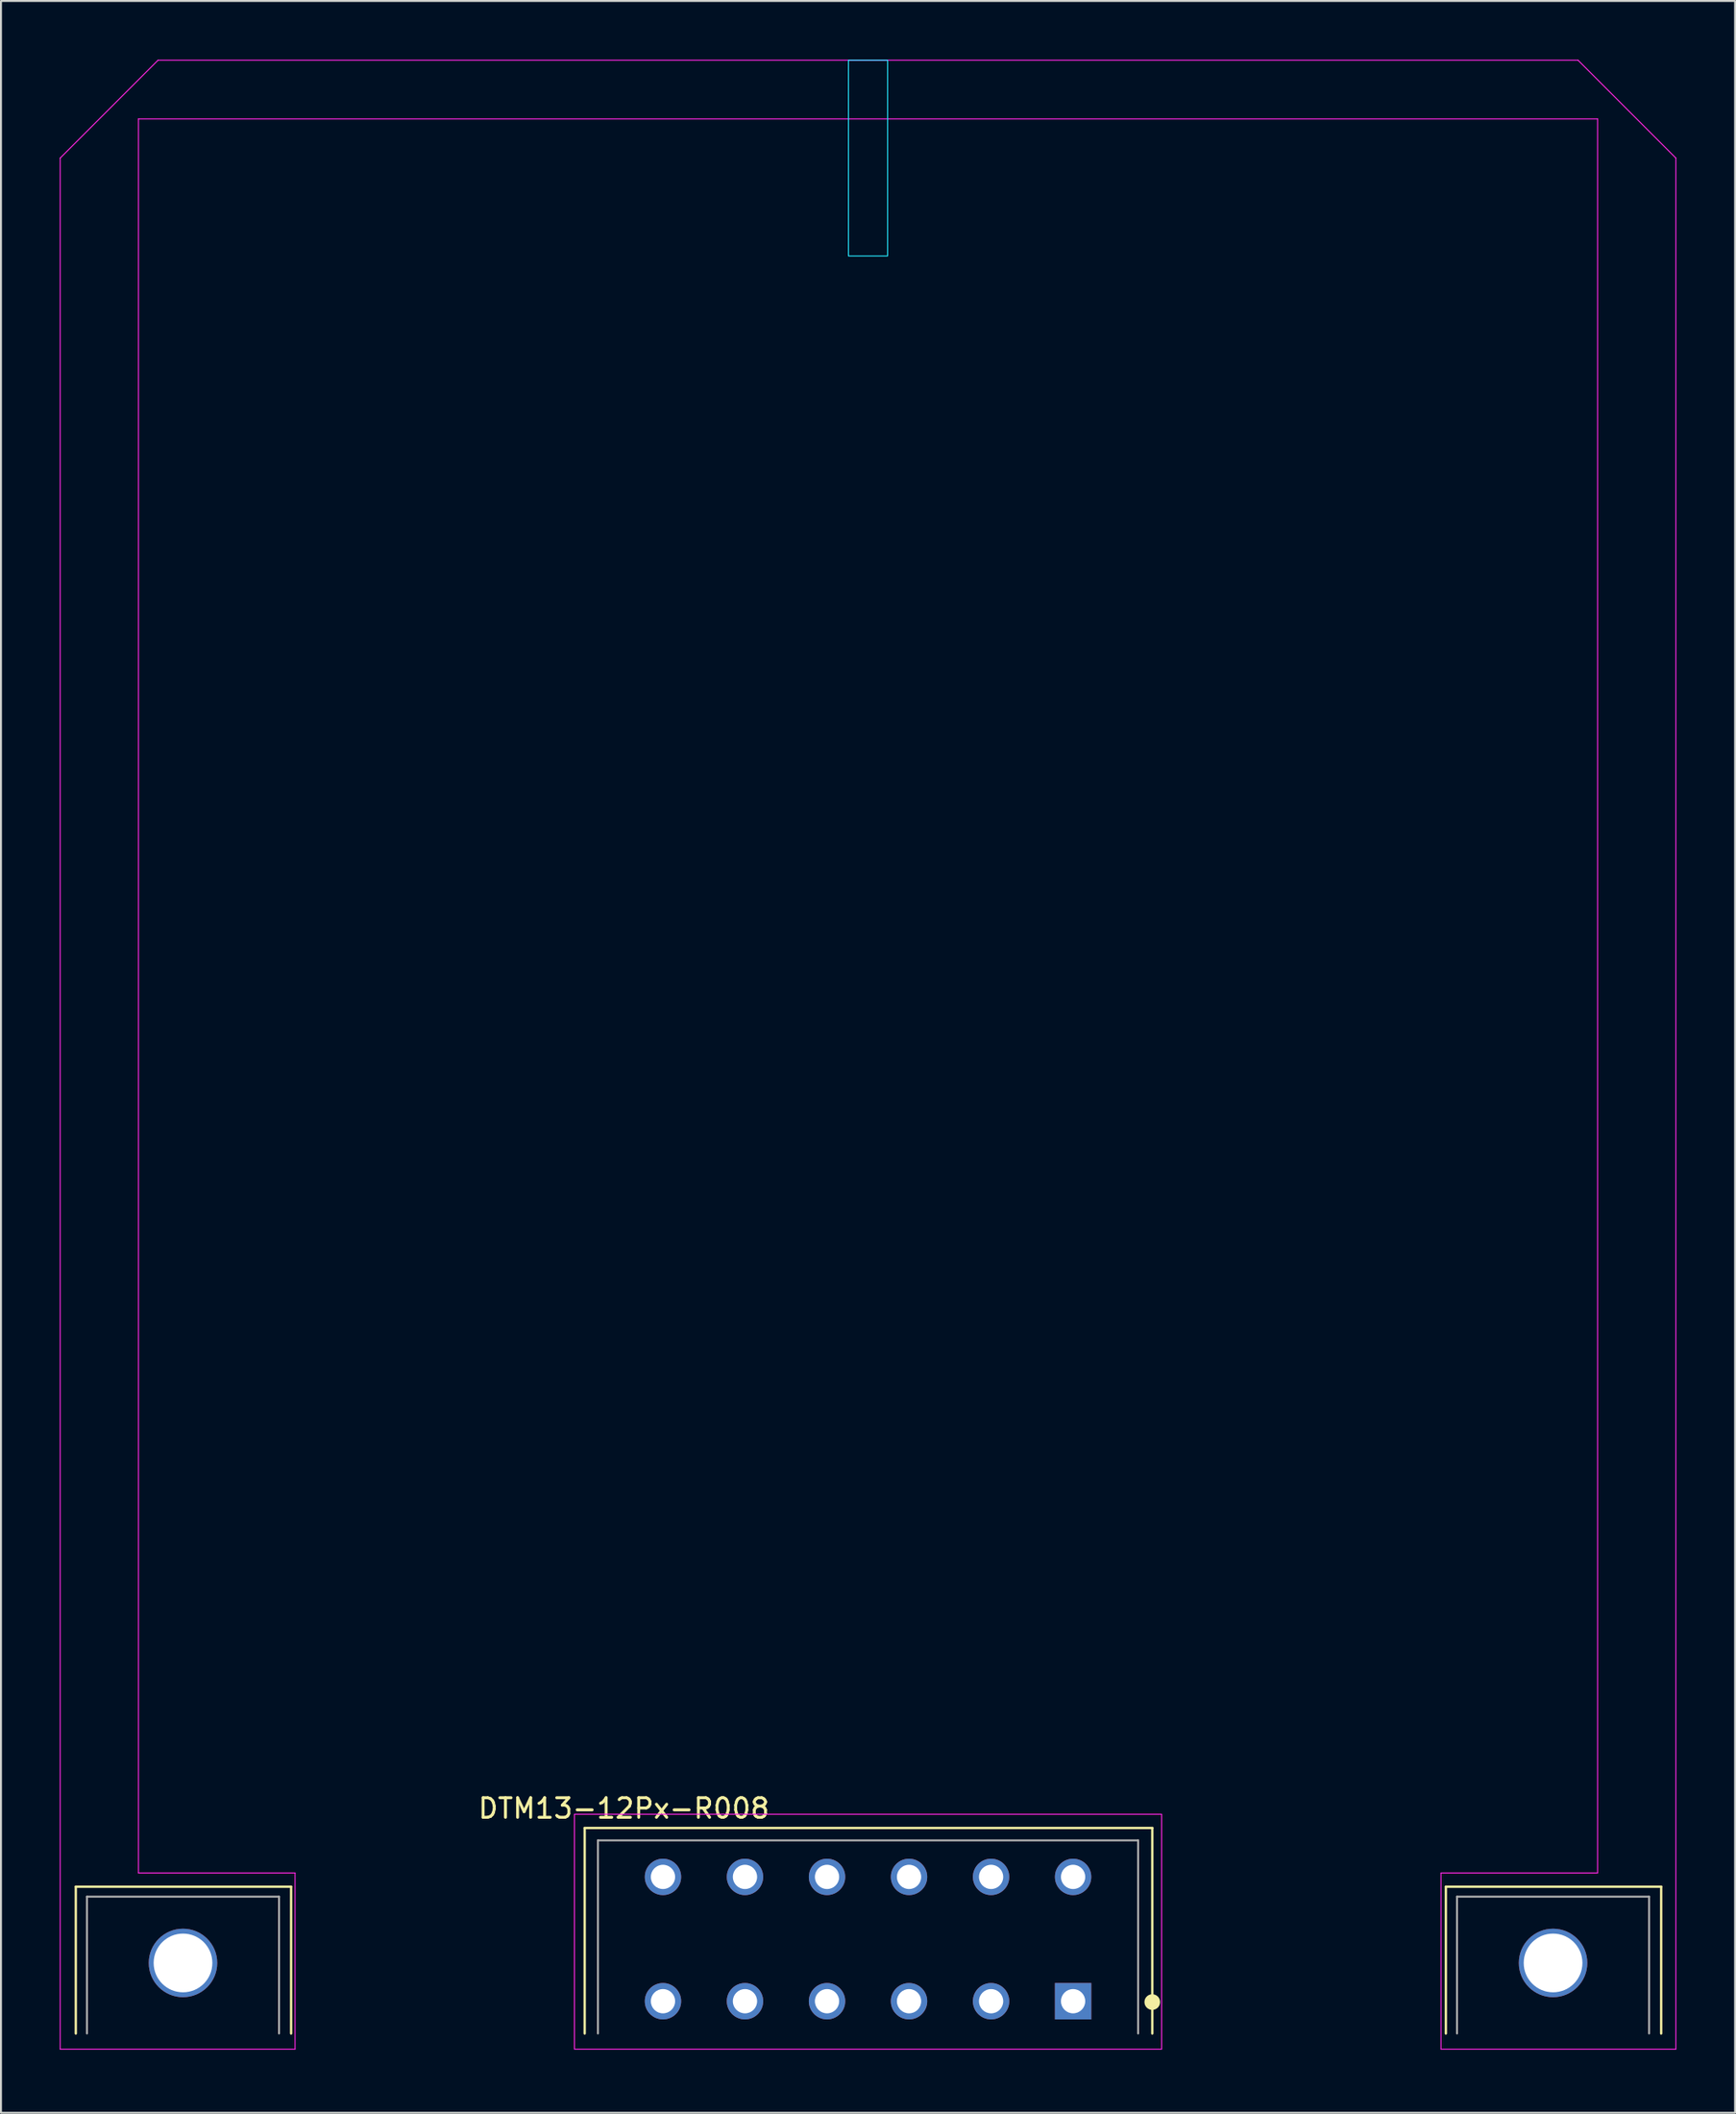
<source format=kicad_pcb>
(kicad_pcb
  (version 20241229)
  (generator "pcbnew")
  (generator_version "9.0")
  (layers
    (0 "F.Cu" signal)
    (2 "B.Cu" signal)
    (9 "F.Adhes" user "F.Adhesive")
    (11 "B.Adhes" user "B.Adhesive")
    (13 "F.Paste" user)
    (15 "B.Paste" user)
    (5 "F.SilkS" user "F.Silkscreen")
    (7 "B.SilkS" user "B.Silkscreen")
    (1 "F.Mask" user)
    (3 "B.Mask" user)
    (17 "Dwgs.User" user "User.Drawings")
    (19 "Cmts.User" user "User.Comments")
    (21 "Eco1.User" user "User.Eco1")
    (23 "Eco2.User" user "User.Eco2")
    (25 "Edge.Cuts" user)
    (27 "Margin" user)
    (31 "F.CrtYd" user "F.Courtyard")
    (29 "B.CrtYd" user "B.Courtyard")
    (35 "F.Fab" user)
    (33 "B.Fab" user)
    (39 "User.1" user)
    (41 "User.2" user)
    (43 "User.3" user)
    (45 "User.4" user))
  (footprint "DTM13-12Px-R008"
    (layer "F.Cu")
    (at 41.3 101.625)
    (property "Reference" "DTM13-12Px-R008" (at -12.477 -12.3 0) (layer "F.SilkS") (effects (font (size 1 1) (thickness 0.15))))
    (attr through_hole)
    (fp_line (start -40.477 -8.3) (end -29.477 -8.3) (stroke (width 0.12) (type solid)) (layer "F.SilkS"))
    (fp_line (start -40.477 -0.8) (end -40.477 -8.3) (stroke (width 0.12) (type solid)) (layer "F.SilkS"))
    (fp_line (start -29.477 -8.3) (end -29.477 -0.8) (stroke (width 0.12) (type solid)) (layer "F.SilkS"))
    (fp_line (start -14.477 -11.3) (end 14.523 -11.3) (stroke (width 0.12) (type solid)) (layer "F.SilkS"))
    (fp_line (start -14.477 -0.8) (end -14.477 -11.3) (stroke (width 0.12) (type solid)) (layer "F.SilkS"))
    (fp_line (start 14.523 -11.3) (end 14.523 -0.8) (stroke (width 0.12) (type solid)) (layer "F.SilkS"))
    (fp_line (start 29.523 -8.3) (end 40.523 -8.3) (stroke (width 0.12) (type solid)) (layer "F.SilkS"))
    (fp_line (start 29.523 -0.8) (end 29.523 -8.3) (stroke (width 0.12) (type solid)) (layer "F.SilkS"))
    (fp_line (start 40.523 -8.3) (end 40.523 -0.8) (stroke (width 0.12) (type solid)) (layer "F.SilkS"))
    (fp_circle (center 14.523 -2.407) (end 14.723 -2.407) (stroke (width 0.4) (type solid)) (fill no) (layer "F.SilkS"))
    (fp_rect (start -1 -101.6) (end 1 -91.6) (stroke (width 0.05) (type solid)) (fill no) (layer "B.CrtYd"))
    (fp_line (start -41.275 -96.6) (end -41.275 0) (stroke (width 0.05) (type solid)) (layer "F.CrtYd"))
    (fp_line (start -41.275 -96.6) (end -36.275 -101.6) (stroke (width 0.05) (type solid)) (layer "F.CrtYd"))
    (fp_line (start -41.275 0) (end -29.275 0) (stroke (width 0.05) (type solid)) (layer "F.CrtYd"))
    (fp_line (start -37.275 -98.6) (end -37.275 -9) (stroke (width 0.05) (type solid)) (layer "F.CrtYd"))
    (fp_line (start -37.275 -98.6) (end 37.275 -98.6) (stroke (width 0.05) (type solid)) (layer "F.CrtYd"))
    (fp_line (start -37.275 -9) (end -29.275 -9) (stroke (width 0.05) (type solid)) (layer "F.CrtYd"))
    (fp_line (start -36.275 -101.6) (end 36.275 -101.6) (stroke (width 0.05) (type solid)) (layer "F.CrtYd"))
    (fp_line (start -29.275 -9) (end -29.275 0) (stroke (width 0.05) (type solid)) (layer "F.CrtYd"))
    (fp_line (start -15 -12) (end 15 -12) (stroke (width 0.05) (type solid)) (layer "F.CrtYd"))
    (fp_line (start -15 0) (end -15 -12) (stroke (width 0.05) (type solid)) (layer "F.CrtYd"))
    (fp_line (start 15 -12) (end 15 0) (stroke (width 0.05) (type solid)) (layer "F.CrtYd"))
    (fp_line (start 15 0) (end -15 0) (stroke (width 0.05) (type solid)) (layer "F.CrtYd"))
    (fp_line (start 29.275 -9) (end 37.275 -9) (stroke (width 0.05) (type solid)) (layer "F.CrtYd"))
    (fp_line (start 29.275 0) (end 29.275 -9) (stroke (width 0.05) (type solid)) (layer "F.CrtYd"))
    (fp_line (start 29.275 0) (end 41.275 0) (stroke (width 0.05) (type solid)) (layer "F.CrtYd"))
    (fp_line (start 36.275 -101.6) (end 41.275 -96.6) (stroke (width 0.05) (type solid)) (layer "F.CrtYd"))
    (fp_line (start 37.275 -98.6) (end 37.275 -9) (stroke (width 0.05) (type solid)) (layer "F.CrtYd"))
    (fp_line (start 41.275 0) (end 41.275 -96.6) (stroke (width 0.05) (type solid)) (layer "F.CrtYd"))
    (fp_line (start -39.907 -7.79) (end -39.907 -0.8) (stroke (width 0.1) (type solid)) (layer "F.Fab"))
    (fp_line (start -30.093 -7.79) (end -39.907 -7.79) (stroke (width 0.1) (type solid)) (layer "F.Fab"))
    (fp_line (start -30.093 -0.8) (end -30.093 -7.79) (stroke (width 0.1) (type solid)) (layer "F.Fab"))
    (fp_line (start -13.8 -10.665) (end 13.8 -10.665) (stroke (width 0.1) (type solid)) (layer "F.Fab"))
    (fp_line (start -13.8 -0.8) (end -13.8 -10.665) (stroke (width 0.1) (type solid)) (layer "F.Fab"))
    (fp_line (start 13.8 -10.665) (end 13.8 -0.8) (stroke (width 0.1) (type solid)) (layer "F.Fab"))
    (fp_line (start 30.093 -7.79) (end 39.907 -7.79) (stroke (width 0.1) (type solid)) (layer "F.Fab"))
    (fp_line (start 30.093 -0.8) (end 30.093 -7.79) (stroke (width 0.1) (type solid)) (layer "F.Fab"))
    (fp_line (start 39.907 -7.79) (end 39.907 -0.8) (stroke (width 0.1) (type solid)) (layer "F.Fab"))
    (fp_circle (center 10.477 -2.45) (end 10.678 -2.45) (stroke (width 0.4) (type solid)) (fill no) (layer "F.Fab"))
    (pad "1" thru_hole rect (at 10.477 -2.45) (size 1.86 1.86) (drill 1.24) (layers "*.Cu" "*.Mask"))
    (pad "2" thru_hole circle (at 6.287 -2.45) (size 1.86 1.86) (drill 1.24) (layers "*.Cu" "*.Mask"))
    (pad "3" thru_hole circle (at 2.095 -2.45) (size 1.86 1.86) (drill 1.24) (layers "*.Cu" "*.Mask"))
    (pad "4" thru_hole circle (at -2.095 -2.45) (size 1.86 1.86) (drill 1.24) (layers "*.Cu" "*.Mask"))
    (pad "5" thru_hole circle (at -6.287 -2.45) (size 1.86 1.86) (drill 1.24) (layers "*.Cu" "*.Mask"))
    (pad "6" thru_hole circle (at -10.477 -2.45) (size 1.86 1.86) (drill 1.24) (layers "*.Cu" "*.Mask"))
    (pad "7" thru_hole circle (at -10.477 -8.8) (size 1.86 1.86) (drill 1.24) (layers "*.Cu" "*.Mask"))
    (pad "8" thru_hole circle (at -6.287 -8.8) (size 1.86 1.86) (drill 1.24) (layers "*.Cu" "*.Mask"))
    (pad "9" thru_hole circle (at -2.095 -8.8) (size 1.86 1.86) (drill 1.24) (layers "*.Cu" "*.Mask"))
    (pad "10" thru_hole circle (at 2.095 -8.8) (size 1.86 1.86) (drill 1.24) (layers "*.Cu" "*.Mask"))
    (pad "11" thru_hole circle (at 6.287 -8.8) (size 1.86 1.86) (drill 1.24) (layers "*.Cu" "*.Mask"))
    (pad "12" thru_hole circle (at 10.477 -8.8) (size 1.86 1.86) (drill 1.24) (layers "*.Cu" "*.Mask"))
    (pad "13" thru_hole circle (at -35 -4.405) (size 3.5 3.5) (drill 3) (layers "*.Cu" "*.Mask"))
    (pad "14" thru_hole circle (at 35 -4.405) (size 3.5 3.5) (drill 3) (layers "*.Cu" "*.Mask")))
  (gr_rect
    (start -3 -3)
    (end 85.6 104.875)
    (stroke (width 0.1) (type default))
    (fill no)
    (layer "Edge.Cuts")))
</source>
